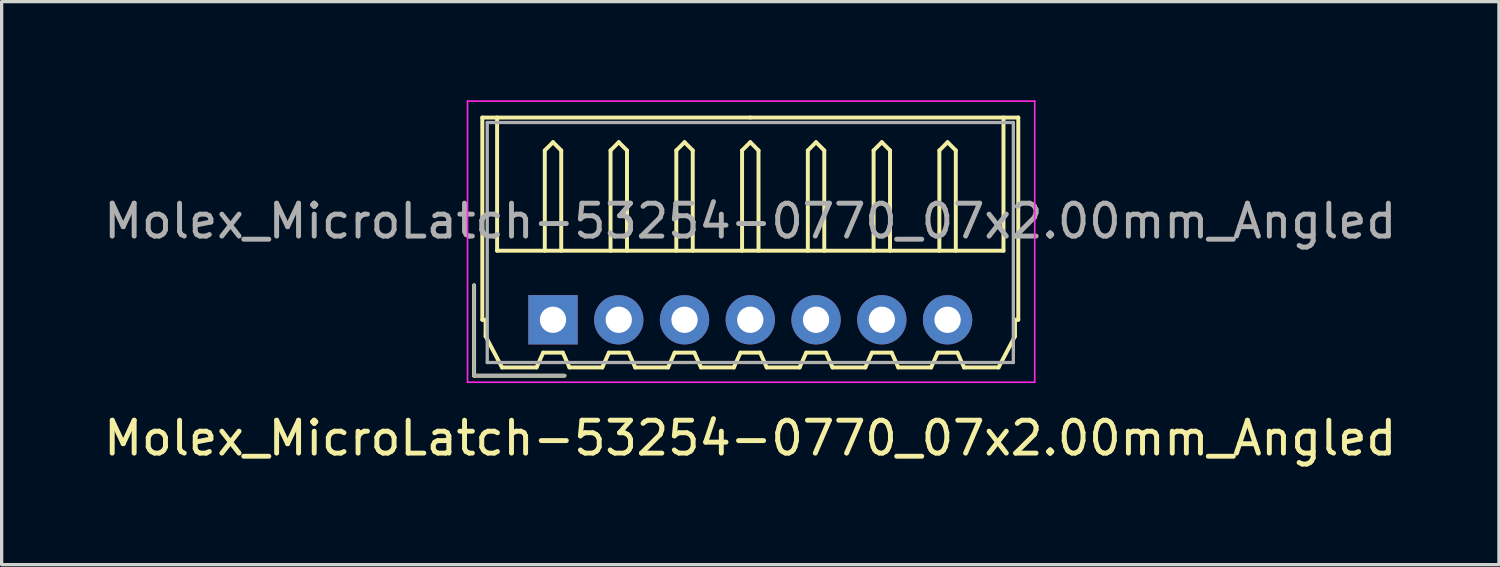
<source format=kicad_pcb>
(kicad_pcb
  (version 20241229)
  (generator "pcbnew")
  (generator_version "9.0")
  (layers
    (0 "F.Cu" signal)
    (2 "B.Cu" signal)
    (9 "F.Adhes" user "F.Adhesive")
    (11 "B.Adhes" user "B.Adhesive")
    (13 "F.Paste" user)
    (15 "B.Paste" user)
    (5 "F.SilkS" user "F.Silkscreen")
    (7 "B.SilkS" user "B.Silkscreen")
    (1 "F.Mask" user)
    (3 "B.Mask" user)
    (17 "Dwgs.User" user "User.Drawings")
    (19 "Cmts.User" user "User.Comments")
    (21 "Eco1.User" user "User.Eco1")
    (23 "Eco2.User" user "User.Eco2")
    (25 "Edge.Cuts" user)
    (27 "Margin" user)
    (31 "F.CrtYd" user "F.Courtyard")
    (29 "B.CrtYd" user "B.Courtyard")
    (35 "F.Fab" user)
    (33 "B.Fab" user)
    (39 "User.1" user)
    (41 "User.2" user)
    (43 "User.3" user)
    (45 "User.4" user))
  (footprint "Molex_MicroLatch-53254-0770_07x2.00mm_Angled"
    (layer "F.Cu")
    (at 13.768 6.675)
    (property "Reference" "Molex_MicroLatch-53254-0770_07x2.00mm_Angled" (at 6 3.6 0) (layer "F.SilkS") (effects (font (size 1 1) (thickness 0.15))))
    (attr through_hole)
    (fp_line (start -2.4 1.7) (end -2.4 -1.05) (stroke (width 0.12) (type solid)) (layer "F.SilkS"))
    (fp_line (start -2.15 -6.15) (end 6 -6.15) (stroke (width 0.12) (type solid)) (layer "F.SilkS"))
    (fp_line (start -2.15 0) (end -2.15 -6.15) (stroke (width 0.12) (type solid)) (layer "F.SilkS"))
    (fp_line (start -2.05 0) (end -2.15 0) (stroke (width 0.12) (type solid)) (layer "F.SilkS"))
    (fp_line (start -2.05 0.5) (end -2.05 0) (stroke (width 0.12) (type solid)) (layer "F.SilkS"))
    (fp_line (start -1.7 -6.15) (end -1.7 -2.1) (stroke (width 0.12) (type solid)) (layer "F.SilkS"))
    (fp_line (start -1.7 -2.1) (end 13.7 -2.1) (stroke (width 0.12) (type solid)) (layer "F.SilkS"))
    (fp_line (start -1.55 1.45) (end -2.05 0.5) (stroke (width 0.12) (type solid)) (layer "F.SilkS"))
    (fp_line (start -0.5 1.45) (end -1.55 1.45) (stroke (width 0.12) (type solid)) (layer "F.SilkS"))
    (fp_line (start -0.3 1) (end -0.5 1.45) (stroke (width 0.12) (type solid)) (layer "F.SilkS"))
    (fp_line (start -0.3 1) (end 0.3 1) (stroke (width 0.12) (type solid)) (layer "F.SilkS"))
    (fp_line (start -0.25 -5.15) (end 0 -5.4) (stroke (width 0.12) (type solid)) (layer "F.SilkS"))
    (fp_line (start -0.25 -2.1) (end -0.25 -5.15) (stroke (width 0.12) (type solid)) (layer "F.SilkS"))
    (fp_line (start 0 -5.4) (end 0.25 -5.15) (stroke (width 0.12) (type solid)) (layer "F.SilkS"))
    (fp_line (start 0.25 -5.15) (end 0.25 -2.1) (stroke (width 0.12) (type solid)) (layer "F.SilkS"))
    (fp_line (start 0.3 1) (end 0.5 1.45) (stroke (width 0.12) (type solid)) (layer "F.SilkS"))
    (fp_line (start 0.35 1.7) (end -2.4 1.7) (stroke (width 0.12) (type solid)) (layer "F.SilkS"))
    (fp_line (start 0.5 1.45) (end 1.5 1.45) (stroke (width 0.12) (type solid)) (layer "F.SilkS"))
    (fp_line (start 1.5 1.45) (end 1.7 1) (stroke (width 0.12) (type solid)) (layer "F.SilkS"))
    (fp_line (start 1.7 1) (end 2.3 1) (stroke (width 0.12) (type solid)) (layer "F.SilkS"))
    (fp_line (start 1.75 -5.15) (end 2 -5.4) (stroke (width 0.12) (type solid)) (layer "F.SilkS"))
    (fp_line (start 1.75 -2.1) (end 1.75 -5.15) (stroke (width 0.12) (type solid)) (layer "F.SilkS"))
    (fp_line (start 2 -5.4) (end 2.25 -5.15) (stroke (width 0.12) (type solid)) (layer "F.SilkS"))
    (fp_line (start 2.25 -5.15) (end 2.25 -2.1) (stroke (width 0.12) (type solid)) (layer "F.SilkS"))
    (fp_line (start 2.3 1) (end 2.5 1.45) (stroke (width 0.12) (type solid)) (layer "F.SilkS"))
    (fp_line (start 2.5 1.45) (end 3.5 1.45) (stroke (width 0.12) (type solid)) (layer "F.SilkS"))
    (fp_line (start 3.5 1.45) (end 3.7 1) (stroke (width 0.12) (type solid)) (layer "F.SilkS"))
    (fp_line (start 3.7 1) (end 4.3 1) (stroke (width 0.12) (type solid)) (layer "F.SilkS"))
    (fp_line (start 3.75 -5.15) (end 4 -5.4) (stroke (width 0.12) (type solid)) (layer "F.SilkS"))
    (fp_line (start 3.75 -2.1) (end 3.75 -5.15) (stroke (width 0.12) (type solid)) (layer "F.SilkS"))
    (fp_line (start 4 -5.4) (end 4.25 -5.15) (stroke (width 0.12) (type solid)) (layer "F.SilkS"))
    (fp_line (start 4.25 -5.15) (end 4.25 -2.1) (stroke (width 0.12) (type solid)) (layer "F.SilkS"))
    (fp_line (start 4.3 1) (end 4.5 1.45) (stroke (width 0.12) (type solid)) (layer "F.SilkS"))
    (fp_line (start 4.5 1.45) (end 5.5 1.45) (stroke (width 0.12) (type solid)) (layer "F.SilkS"))
    (fp_line (start 5.5 1.45) (end 5.7 1) (stroke (width 0.12) (type solid)) (layer "F.SilkS"))
    (fp_line (start 5.7 1) (end 6.3 1) (stroke (width 0.12) (type solid)) (layer "F.SilkS"))
    (fp_line (start 5.75 -5.15) (end 6 -5.4) (stroke (width 0.12) (type solid)) (layer "F.SilkS"))
    (fp_line (start 5.75 -2.1) (end 5.75 -5.15) (stroke (width 0.12) (type solid)) (layer "F.SilkS"))
    (fp_line (start 6 -5.4) (end 6.25 -5.15) (stroke (width 0.12) (type solid)) (layer "F.SilkS"))
    (fp_line (start 6.25 -5.15) (end 6.25 -2.1) (stroke (width 0.12) (type solid)) (layer "F.SilkS"))
    (fp_line (start 6.3 1) (end 6.5 1.45) (stroke (width 0.12) (type solid)) (layer "F.SilkS"))
    (fp_line (start 6.5 1.45) (end 7.5 1.45) (stroke (width 0.12) (type solid)) (layer "F.SilkS"))
    (fp_line (start 7.5 1.45) (end 7.7 1) (stroke (width 0.12) (type solid)) (layer "F.SilkS"))
    (fp_line (start 7.7 1) (end 8.3 1) (stroke (width 0.12) (type solid)) (layer "F.SilkS"))
    (fp_line (start 7.75 -5.15) (end 8 -5.4) (stroke (width 0.12) (type solid)) (layer "F.SilkS"))
    (fp_line (start 7.75 -2.1) (end 7.75 -5.15) (stroke (width 0.12) (type solid)) (layer "F.SilkS"))
    (fp_line (start 8 -5.4) (end 8.25 -5.15) (stroke (width 0.12) (type solid)) (layer "F.SilkS"))
    (fp_line (start 8.25 -5.15) (end 8.25 -2.1) (stroke (width 0.12) (type solid)) (layer "F.SilkS"))
    (fp_line (start 8.3 1) (end 8.5 1.45) (stroke (width 0.12) (type solid)) (layer "F.SilkS"))
    (fp_line (start 8.5 1.45) (end 9.5 1.45) (stroke (width 0.12) (type solid)) (layer "F.SilkS"))
    (fp_line (start 9.5 1.45) (end 9.7 1) (stroke (width 0.12) (type solid)) (layer "F.SilkS"))
    (fp_line (start 9.7 1) (end 10.3 1) (stroke (width 0.12) (type solid)) (layer "F.SilkS"))
    (fp_line (start 9.75 -5.15) (end 10 -5.4) (stroke (width 0.12) (type solid)) (layer "F.SilkS"))
    (fp_line (start 9.75 -2.1) (end 9.75 -5.15) (stroke (width 0.12) (type solid)) (layer "F.SilkS"))
    (fp_line (start 10 -5.4) (end 10.25 -5.15) (stroke (width 0.12) (type solid)) (layer "F.SilkS"))
    (fp_line (start 10.25 -5.15) (end 10.25 -2.1) (stroke (width 0.12) (type solid)) (layer "F.SilkS"))
    (fp_line (start 10.3 1) (end 10.5 1.45) (stroke (width 0.12) (type solid)) (layer "F.SilkS"))
    (fp_line (start 10.5 1.45) (end 11.5 1.45) (stroke (width 0.12) (type solid)) (layer "F.SilkS"))
    (fp_line (start 11.5 1.45) (end 11.7 1) (stroke (width 0.12) (type solid)) (layer "F.SilkS"))
    (fp_line (start 11.7 1) (end 12.3 1) (stroke (width 0.12) (type solid)) (layer "F.SilkS"))
    (fp_line (start 11.75 -5.15) (end 12 -5.4) (stroke (width 0.12) (type solid)) (layer "F.SilkS"))
    (fp_line (start 11.75 -2.1) (end 11.75 -5.15) (stroke (width 0.12) (type solid)) (layer "F.SilkS"))
    (fp_line (start 12 -5.4) (end 12.25 -5.15) (stroke (width 0.12) (type solid)) (layer "F.SilkS"))
    (fp_line (start 12.25 -5.15) (end 12.25 -2.1) (stroke (width 0.12) (type solid)) (layer "F.SilkS"))
    (fp_line (start 12.3 1) (end 12.5 1.45) (stroke (width 0.12) (type solid)) (layer "F.SilkS"))
    (fp_line (start 12.5 1.45) (end 13.55 1.45) (stroke (width 0.12) (type solid)) (layer "F.SilkS"))
    (fp_line (start 13.55 1.45) (end 14.05 0.5) (stroke (width 0.12) (type solid)) (layer "F.SilkS"))
    (fp_line (start 13.7 -2.1) (end 13.7 -6.15) (stroke (width 0.12) (type solid)) (layer "F.SilkS"))
    (fp_line (start 14.05 0) (end 14.15 0) (stroke (width 0.12) (type solid)) (layer "F.SilkS"))
    (fp_line (start 14.05 0.5) (end 14.05 0) (stroke (width 0.12) (type solid)) (layer "F.SilkS"))
    (fp_line (start 14.15 -6.15) (end 6 -6.15) (stroke (width 0.12) (type solid)) (layer "F.SilkS"))
    (fp_line (start 14.15 0) (end 14.15 -6.15) (stroke (width 0.12) (type solid)) (layer "F.SilkS"))
    (fp_line (start -2.6 -6.65) (end -2.6 1.9) (stroke (width 0.05) (type solid)) (layer "F.CrtYd"))
    (fp_line (start -2.6 1.9) (end 14.65 1.9) (stroke (width 0.05) (type solid)) (layer "F.CrtYd"))
    (fp_line (start 14.65 -6.65) (end -2.6 -6.65) (stroke (width 0.05) (type solid)) (layer "F.CrtYd"))
    (fp_line (start 14.65 1.9) (end 14.65 -6.65) (stroke (width 0.05) (type solid)) (layer "F.CrtYd"))
    (fp_line (start -2.4 1.7) (end -2.4 -1.05) (stroke (width 0.1) (type solid)) (layer "F.Fab"))
    (fp_line (start -2 -6) (end -2 1.3) (stroke (width 0.1) (type solid)) (layer "F.Fab"))
    (fp_line (start -2 1.3) (end 14 1.3) (stroke (width 0.1) (type solid)) (layer "F.Fab"))
    (fp_line (start 0.35 1.7) (end -2.4 1.7) (stroke (width 0.1) (type solid)) (layer "F.Fab"))
    (fp_line (start 14 -6) (end -2 -6) (stroke (width 0.1) (type solid)) (layer "F.Fab"))
    (fp_line (start 14 1.3) (end 14 -6) (stroke (width 0.1) (type solid)) (layer "F.Fab"))
    (fp_text user "${REFERENCE}" (at 6 -3 0) (layer "F.Fab") (effects (font (size 1 1) (thickness 0.15))))
    (pad "1" thru_hole rect (at 0 0) (size 1.5 1.5) (drill 0.8) (layers "*.Cu" "*.Mask"))
    (pad "2" thru_hole circle (at 2 0) (size 1.5 1.5) (drill 0.8) (layers "*.Cu" "*.Mask"))
    (pad "3" thru_hole circle (at 4 0) (size 1.5 1.5) (drill 0.8) (layers "*.Cu" "*.Mask"))
    (pad "4" thru_hole circle (at 6 0) (size 1.5 1.5) (drill 0.8) (layers "*.Cu" "*.Mask"))
    (pad "5" thru_hole circle (at 8 0) (size 1.5 1.5) (drill 0.8) (layers "*.Cu" "*.Mask"))
    (pad "6" thru_hole circle (at 10 0) (size 1.5 1.5) (drill 0.8) (layers "*.Cu" "*.Mask"))
    (pad "7" thru_hole circle (at 12 0) (size 1.5 1.5) (drill 0.8) (layers "*.Cu" "*.Mask")))
  (gr_rect
    (start -3 -3)
    (end 42.536 14.123)
    (stroke (width 0.1) (type default))
    (fill no)
    (layer "Edge.Cuts")))
</source>
